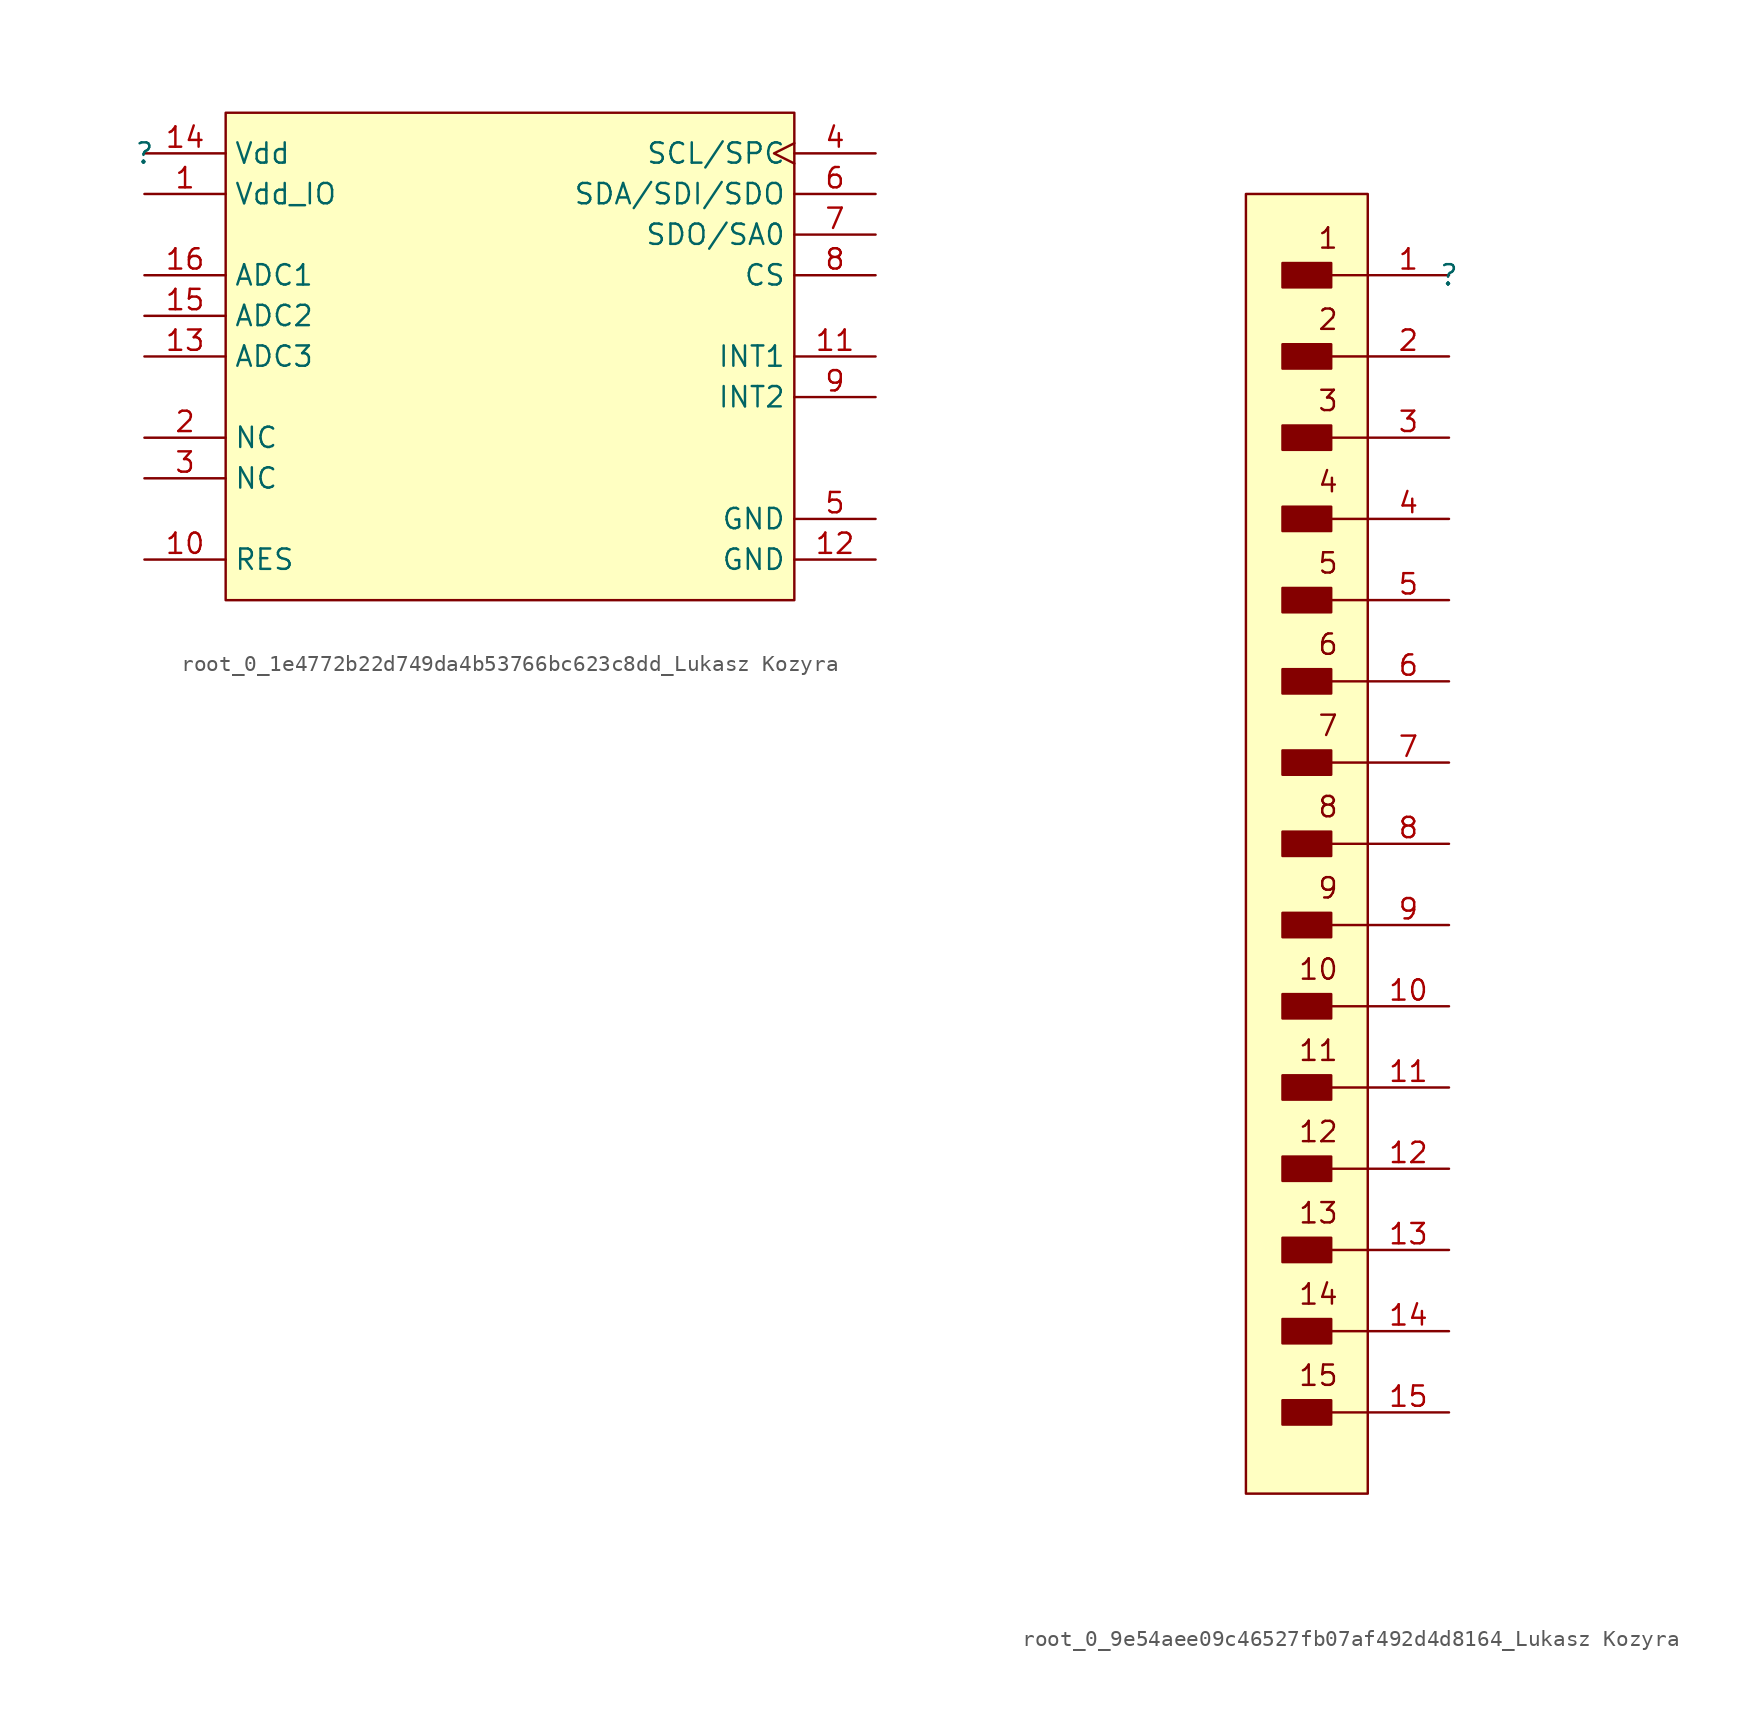
<source format=kicad_sym>
(kicad_symbol_lib
  (version 20241209)
  (generator "kicad_symbol_editor")
  (generator_version "9.0")
  (symbol "root_0_1e4772b22d749da4b53766bc623c8dd_Lukasz Kozyra"
    (property "Reference" ""
      (at 0 0 0)
      (effects (font (size 1.27 1.27))))
    (property "Value" ""
      (at 0 0 0)
      (effects (font (size 1.27 1.27))))
    (symbol "root_0_1e4772b22d749da4b53766bc623c8dd_Lukasz Kozyra_1_0"
      (rectangle (start 40.64 2.54) (end 5.08 -27.94) (stroke (width 0) (type solid) (color 128 0 0 1)) (fill (type background)))
      (pin power_in line (at 0 0 0) (length 5.08) (name "Vdd" (effects (font (size 1.27 1.27)))) (number "14" (effects (font (size 1.27 1.27)))))
      (pin power_in line (at 0 -2.54 0) (length 5.08) (name "Vdd_IO" (effects (font (size 1.27 1.27)))) (number "1" (effects (font (size 1.27 1.27)))))
      (pin passive line (at 0 -7.62 0) (length 5.08) (name "ADC1" (effects (font (size 1.27 1.27)))) (number "16" (effects (font (size 1.27 1.27)))))
      (pin passive line (at 0 -10.16 0) (length 5.08) (name "ADC2" (effects (font (size 1.27 1.27)))) (number "15" (effects (font (size 1.27 1.27)))))
      (pin passive line (at 0 -12.7 0) (length 5.08) (name "ADC3" (effects (font (size 1.27 1.27)))) (number "13" (effects (font (size 1.27 1.27)))))
      (pin passive line (at 0 -17.78 0) (length 5.08) (name "NC" (effects (font (size 1.27 1.27)))) (number "2" (effects (font (size 1.27 1.27)))))
      (pin passive line (at 0 -20.32 0) (length 5.08) (name "NC" (effects (font (size 1.27 1.27)))) (number "3" (effects (font (size 1.27 1.27)))))
      (pin passive line (at 0 -25.4 0) (length 5.08) (name "RES" (effects (font (size 1.27 1.27)))) (number "10" (effects (font (size 1.27 1.27)))))
      (pin input clock (at 45.72 0 180) (length 5.08) (name "SCL/SPC" (effects (font (size 1.27 1.27)))) (number "4" (effects (font (size 1.27 1.27)))))
      (pin bidirectional line (at 45.72 -2.54 180) (length 5.08) (name "SDA/SDI/SDO" (effects (font (size 1.27 1.27)))) (number "6" (effects (font (size 1.27 1.27)))))
      (pin bidirectional line (at 45.72 -5.08 180) (length 5.08) (name "SDO/SA0" (effects (font (size 1.27 1.27)))) (number "7" (effects (font (size 1.27 1.27)))))
      (pin input line (at 45.72 -7.62 180) (length 5.08) (name "CS" (effects (font (size 1.27 1.27)))) (number "8" (effects (font (size 1.27 1.27)))))
      (pin output line (at 45.72 -12.7 180) (length 5.08) (name "INT1" (effects (font (size 1.27 1.27)))) (number "11" (effects (font (size 1.27 1.27)))))
      (pin output line (at 45.72 -15.24 180) (length 5.08) (name "INT2" (effects (font (size 1.27 1.27)))) (number "9" (effects (font (size 1.27 1.27)))))
      (pin power_in line (at 45.72 -22.86 180) (length 5.08) (name "GND" (effects (font (size 1.27 1.27)))) (number "5" (effects (font (size 1.27 1.27)))))
      (pin power_in line (at 45.72 -25.4 180) (length 5.08) (name "GND" (effects (font (size 1.27 1.27)))) (number "12" (effects (font (size 1.27 1.27)))))))
  (symbol "root_0_9e54aee09c46527fb07af492d4d8164_Lukasz Kozyra"
    (pin_names
      (hide yes))
    (property "Reference" ""
      (at 0 0 0)
      (effects (font (size 1.27 1.27))))
    (property "Value" ""
      (at 0 0 0)
      (effects (font (size 1.27 1.27))))
    (symbol "root_0_9e54aee09c46527fb07af492d4d8164_Lukasz Kozyra_1_0"
      (polyline (pts (xy -8.128 0) (xy -5.08 0)) (stroke (width 0) (type solid)) (fill (type none)))
      (polyline (pts (xy -8.128 -5.08) (xy -5.08 -5.08)) (stroke (width 0) (type solid)) (fill (type none)))
      (polyline (pts (xy -8.128 -10.16) (xy -5.08 -10.16)) (stroke (width 0) (type solid)) (fill (type none)))
      (polyline (pts (xy -8.128 -15.24) (xy -5.08 -15.24)) (stroke (width 0) (type solid)) (fill (type none)))
      (polyline (pts (xy -8.128 -20.32) (xy -5.08 -20.32)) (stroke (width 0) (type solid)) (fill (type none)))
      (polyline (pts (xy -8.128 -25.4) (xy -5.08 -25.4)) (stroke (width 0) (type solid)) (fill (type none)))
      (polyline (pts (xy -8.128 -30.48) (xy -5.08 -30.48)) (stroke (width 0) (type solid)) (fill (type none)))
      (polyline (pts (xy -8.128 -35.56) (xy -5.08 -35.56)) (stroke (width 0) (type solid)) (fill (type none)))
      (polyline (pts (xy -8.128 -40.64) (xy -5.08 -40.64)) (stroke (width 0) (type solid)) (fill (type none)))
      (polyline (pts (xy -8.128 -45.72) (xy -5.08 -45.72)) (stroke (width 0) (type solid)) (fill (type none)))
      (polyline (pts (xy -8.128 -50.8) (xy -5.08 -50.8)) (stroke (width 0) (type solid)) (fill (type none)))
      (polyline (pts (xy -8.128 -55.88) (xy -5.08 -55.88)) (stroke (width 0) (type solid)) (fill (type none)))
      (polyline (pts (xy -8.128 -60.96) (xy -5.08 -60.96)) (stroke (width 0) (type solid)) (fill (type none)))
      (polyline (pts (xy -8.128 -66.04) (xy -5.08 -66.04)) (stroke (width 0) (type solid)) (fill (type none)))
      (polyline (pts (xy -8.128 -71.12) (xy -5.08 -71.12)) (stroke (width 0) (type solid)) (fill (type none)))
      (rectangle (start -7.366 0.762) (end -10.414 -0.762) (stroke (width 0) (type solid)) (fill (type outline)))
      (rectangle (start -7.366 -4.318) (end -10.414 -5.842) (stroke (width 0) (type solid)) (fill (type outline)))
      (rectangle (start -7.366 -9.398) (end -10.414 -10.922) (stroke (width 0) (type solid)) (fill (type outline)))
      (rectangle (start -7.366 -14.478) (end -10.414 -16.002) (stroke (width 0) (type solid)) (fill (type outline)))
      (rectangle (start -7.366 -19.558) (end -10.414 -21.082) (stroke (width 0) (type solid)) (fill (type outline)))
      (rectangle (start -7.366 -24.638) (end -10.414 -26.162) (stroke (width 0) (type solid)) (fill (type outline)))
      (rectangle (start -7.366 -29.718) (end -10.414 -31.242) (stroke (width 0) (type solid)) (fill (type outline)))
      (rectangle (start -7.366 -34.798) (end -10.414 -36.322) (stroke (width 0) (type solid)) (fill (type outline)))
      (rectangle (start -7.366 -39.878) (end -10.414 -41.402) (stroke (width 0) (type solid)) (fill (type outline)))
      (rectangle (start -7.366 -44.958) (end -10.414 -46.482) (stroke (width 0) (type solid)) (fill (type outline)))
      (rectangle (start -7.366 -50.038) (end -10.414 -51.562) (stroke (width 0) (type solid)) (fill (type outline)))
      (rectangle (start -7.366 -55.118) (end -10.414 -56.642) (stroke (width 0) (type solid)) (fill (type outline)))
      (rectangle (start -7.366 -60.198) (end -10.414 -61.722) (stroke (width 0) (type solid)) (fill (type outline)))
      (rectangle (start -7.366 -65.278) (end -10.414 -66.802) (stroke (width 0) (type solid)) (fill (type outline)))
      (rectangle (start -7.366 -70.358) (end -10.414 -71.882) (stroke (width 0) (type solid)) (fill (type outline)))
      (rectangle (start -5.08 5.08) (end -12.7 -76.2) (stroke (width 0) (type solid) (color 128 0 0 1)) (fill (type background)))
      (text "1" (at -6.858 3.048 0) (effects (font (size 1.27 1.27)) (justify right top)))
      (text "2" (at -6.858 -2.032 0) (effects (font (size 1.27 1.27)) (justify right top)))
      (text "3" (at -6.858 -7.112 0) (effects (font (size 1.27 1.27)) (justify right top)))
      (text "4" (at -6.858 -12.192 0) (effects (font (size 1.27 1.27)) (justify right top)))
      (text "5" (at -6.858 -17.272 0) (effects (font (size 1.27 1.27)) (justify right top)))
      (text "6" (at -6.858 -22.352 0) (effects (font (size 1.27 1.27)) (justify right top)))
      (text "7" (at -6.858 -27.432 0) (effects (font (size 1.27 1.27)) (justify right top)))
      (text "8" (at -6.858 -32.512 0) (effects (font (size 1.27 1.27)) (justify right top)))
      (text "9" (at -6.858 -37.592 0) (effects (font (size 1.27 1.27)) (justify right top)))
      (text "10" (at -6.858 -42.672 0) (effects (font (size 1.27 1.27)) (justify right top)))
      (text "11" (at -6.858 -47.752 0) (effects (font (size 1.27 1.27)) (justify right top)))
      (text "12" (at -6.858 -52.832 0) (effects (font (size 1.27 1.27)) (justify right top)))
      (text "13" (at -6.858 -57.912 0) (effects (font (size 1.27 1.27)) (justify right top)))
      (text "14" (at -6.858 -62.992 0) (effects (font (size 1.27 1.27)) (justify right top)))
      (text "15" (at -6.858 -68.072 0) (effects (font (size 1.27 1.27)) (justify right top)))
      (pin passive line (at 0 0 180) (length 5.08) (name "1" (effects (font (size 1.27 1.27)))) (number "1" (effects (font (size 1.27 1.27)))))
      (pin passive line (at 0 -5.08 180) (length 5.08) (name "2" (effects (font (size 1.27 1.27)))) (number "2" (effects (font (size 1.27 1.27)))))
      (pin passive line (at 0 -10.16 180) (length 5.08) (name "3" (effects (font (size 1.27 1.27)))) (number "3" (effects (font (size 1.27 1.27)))))
      (pin passive line (at 0 -15.24 180) (length 5.08) (name "4" (effects (font (size 1.27 1.27)))) (number "4" (effects (font (size 1.27 1.27)))))
      (pin passive line (at 0 -20.32 180) (length 5.08) (name "5" (effects (font (size 1.27 1.27)))) (number "5" (effects (font (size 1.27 1.27)))))
      (pin passive line (at 0 -25.4 180) (length 5.08) (name "6" (effects (font (size 1.27 1.27)))) (number "6" (effects (font (size 1.27 1.27)))))
      (pin passive line (at 0 -30.48 180) (length 5.08) (name "7" (effects (font (size 1.27 1.27)))) (number "7" (effects (font (size 1.27 1.27)))))
      (pin passive line (at 0 -35.56 180) (length 5.08) (name "8" (effects (font (size 1.27 1.27)))) (number "8" (effects (font (size 1.27 1.27)))))
      (pin passive line (at 0 -40.64 180) (length 5.08) (name "9" (effects (font (size 1.27 1.27)))) (number "9" (effects (font (size 1.27 1.27)))))
      (pin passive line (at 0 -45.72 180) (length 5.08) (name "10" (effects (font (size 1.27 1.27)))) (number "10" (effects (font (size 1.27 1.27)))))
      (pin passive line (at 0 -50.8 180) (length 5.08) (name "11" (effects (font (size 1.27 1.27)))) (number "11" (effects (font (size 1.27 1.27)))))
      (pin passive line (at 0 -55.88 180) (length 5.08) (name "12" (effects (font (size 1.27 1.27)))) (number "12" (effects (font (size 1.27 1.27)))))
      (pin passive line (at 0 -60.96 180) (length 5.08) (name "13" (effects (font (size 1.27 1.27)))) (number "13" (effects (font (size 1.27 1.27)))))
      (pin passive line (at 0 -66.04 180) (length 5.08) (name "14" (effects (font (size 1.27 1.27)))) (number "14" (effects (font (size 1.27 1.27)))))
      (pin passive line (at 0 -71.12 180) (length 5.08) (name "15" (effects (font (size 1.27 1.27)))) (number "15" (effects (font (size 1.27 1.27))))))))
</source>
